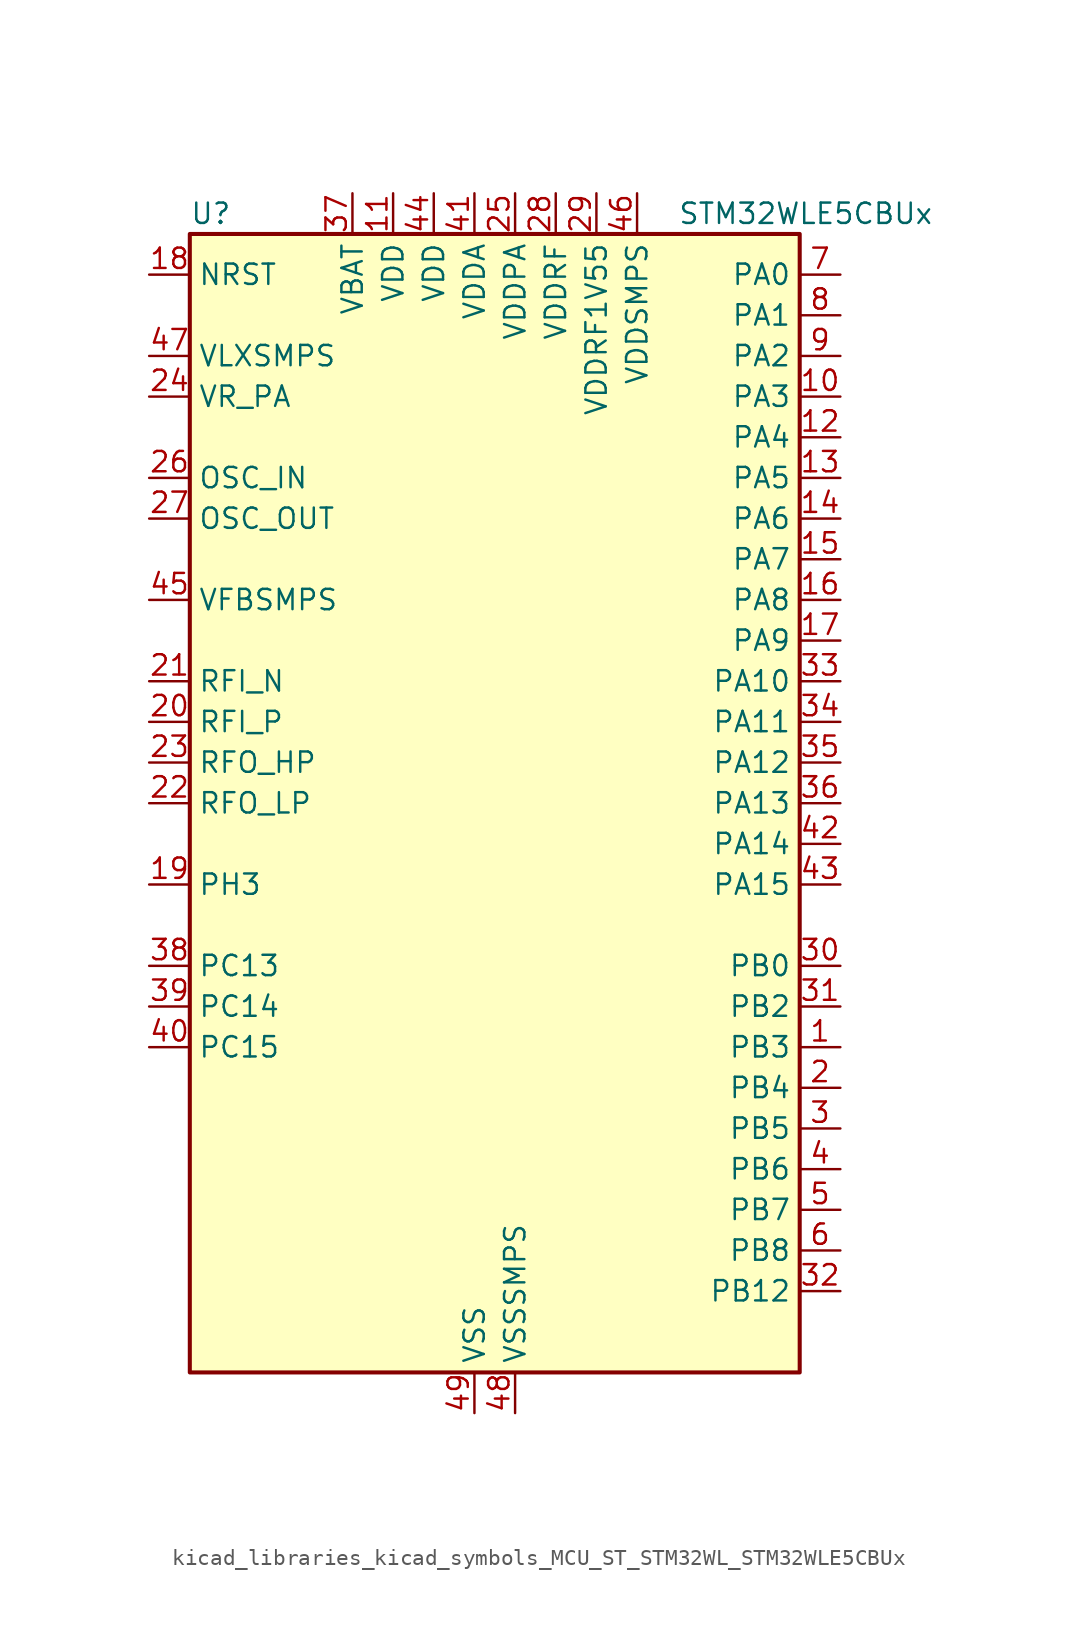
<source format=kicad_sym>
(kicad_symbol_lib
  (version 20220914)
  (generator kicad_symbol_editor)
  (symbol "kicad_libraries_kicad_symbols_MCU_ST_STM32WL_STM32WLE5CBUx"
    (property "Reference" "U"
      (at -17.78 36.83 0)
      (effects (font (size 1.27 1.27)) (justify left)))
    (property "Value" "STM32WLE5CBUx"
      (at 12.7 36.83 0)
      (effects (font (size 1.27 1.27)) (justify left)))
    (property "ki_locked" ""
      (at 0 0 0)
      (effects (font (size 1.27 1.27))))
    (symbol "kicad_libraries_kicad_symbols_MCU_ST_STM32WL_STM32WLE5CBUx_0_1"
      (rectangle (start -17.78 -35.56) (end 20.32 35.56) (stroke (width 0.254) (type default)) (fill (type background))))
    (symbol "kicad_libraries_kicad_symbols_MCU_ST_STM32WL_STM32WLE5CBUx_1_1"
      (pin bidirectional line (at 22.86 -15.24 180) (length 2.54) (name "PB3" (effects (font (size 1.27 1.27)))) (number "1" (effects (font (size 1.27 1.27)))) (alternate "ADC_IN2" bidirectional line) (alternate "COMP1_INM" bidirectional line) (alternate "COMP2_INM" bidirectional line) (alternate "DEBUG_JTDO-SWO" bidirectional line) (alternate "DEBUG_RF-DTB1" bidirectional line) (alternate "PWR_WKUP3" bidirectional line) (alternate "RTC_TAMP_IN3" bidirectional line) (alternate "SPI1_SCK" bidirectional line) (alternate "TIM2_CH2" bidirectional line) (alternate "USART1_DE" bidirectional line) (alternate "USART1_RTS" bidirectional line))
      (pin bidirectional line (at 22.86 25.4 180) (length 2.54) (name "PA3" (effects (font (size 1.27 1.27)))) (number "10" (effects (font (size 1.27 1.27)))) (alternate "I2S2_MCK" bidirectional line) (alternate "LPUART1_RX" bidirectional line) (alternate "TIM2_CH4" bidirectional line) (alternate "USART2_RX" bidirectional line))
      (pin power_in line (at -5.08 38.1 270) (length 2.54) (name "VDD" (effects (font (size 1.27 1.27)))) (number "11" (effects (font (size 1.27 1.27)))))
      (pin bidirectional line (at 22.86 22.86 180) (length 2.54) (name "PA4" (effects (font (size 1.27 1.27)))) (number "12" (effects (font (size 1.27 1.27)))) (alternate "DEBUG_SUBGHZSPI-NSSOUT" bidirectional line) (alternate "LPTIM1_OUT" bidirectional line) (alternate "LPTIM2_OUT" bidirectional line) (alternate "RTC_OUT2" bidirectional line) (alternate "SPI1_NSS" bidirectional line) (alternate "USART2_CK" bidirectional line))
      (pin bidirectional line (at 22.86 20.32 180) (length 2.54) (name "PA5" (effects (font (size 1.27 1.27)))) (number "13" (effects (font (size 1.27 1.27)))) (alternate "DEBUG_SUBGHZSPI-SCKOUT" bidirectional line) (alternate "LPTIM2_ETR" bidirectional line) (alternate "SPI1_SCK" bidirectional line) (alternate "SPI2_MISO" bidirectional line) (alternate "TIM2_CH1" bidirectional line) (alternate "TIM2_ETR" bidirectional line))
      (pin bidirectional line (at 22.86 17.78 180) (length 2.54) (name "PA6" (effects (font (size 1.27 1.27)))) (number "14" (effects (font (size 1.27 1.27)))) (alternate "DEBUG_SUBGHZSPI-MISOOUT" bidirectional line) (alternate "I2C2_SMBA" bidirectional line) (alternate "LPUART1_CTS" bidirectional line) (alternate "SPI1_MISO" bidirectional line) (alternate "TIM16_CH1" bidirectional line) (alternate "TIM1_BKIN" bidirectional line))
      (pin bidirectional line (at 22.86 15.24 180) (length 2.54) (name "PA7" (effects (font (size 1.27 1.27)))) (number "15" (effects (font (size 1.27 1.27)))) (alternate "COMP2_OUT" bidirectional line) (alternate "DEBUG_SUBGHZSPI-MOSIOUT" bidirectional line) (alternate "I2C3_SCL" bidirectional line) (alternate "SPI1_MOSI" bidirectional line) (alternate "TIM17_CH1" bidirectional line) (alternate "TIM1_CH1N" bidirectional line))
      (pin bidirectional line (at 22.86 12.7 180) (length 2.54) (name "PA8" (effects (font (size 1.27 1.27)))) (number "16" (effects (font (size 1.27 1.27)))) (alternate "I2S2_CK" bidirectional line) (alternate "LPTIM2_OUT" bidirectional line) (alternate "RCC_MCO" bidirectional line) (alternate "SPI2_SCK" bidirectional line) (alternate "TIM1_CH1" bidirectional line) (alternate "USART1_CK" bidirectional line))
      (pin bidirectional line (at 22.86 10.16 180) (length 2.54) (name "PA9" (effects (font (size 1.27 1.27)))) (number "17" (effects (font (size 1.27 1.27)))) (alternate "DAC_EXTI9" bidirectional line) (alternate "I2C1_SCL" bidirectional line) (alternate "I2S2_CK" bidirectional line) (alternate "I2S2_WS" bidirectional line) (alternate "SPI2_NSS" bidirectional line) (alternate "SPI2_SCK" bidirectional line) (alternate "TIM1_CH2" bidirectional line) (alternate "USART1_TX" bidirectional line))
      (pin input line (at -20.32 33.02 0) (length 2.54) (name "NRST" (effects (font (size 1.27 1.27)))) (number "18" (effects (font (size 1.27 1.27)))))
      (pin bidirectional line (at -20.32 -5.08 0) (length 2.54) (name "PH3" (effects (font (size 1.27 1.27)))) (number "19" (effects (font (size 1.27 1.27)))))
      (pin bidirectional line (at 22.86 -17.78 180) (length 2.54) (name "PB4" (effects (font (size 1.27 1.27)))) (number "2" (effects (font (size 1.27 1.27)))) (alternate "ADC_IN3" bidirectional line) (alternate "COMP1_INP" bidirectional line) (alternate "COMP2_INP" bidirectional line) (alternate "DEBUG_JTRST" bidirectional line) (alternate "DEBUG_RF-LDORDY" bidirectional line) (alternate "I2C3_SDA" bidirectional line) (alternate "SPI1_MISO" bidirectional line) (alternate "TIM17_BKIN" bidirectional line) (alternate "USART1_CTS" bidirectional line) (alternate "USART1_NSS" bidirectional line))
      (pin bidirectional line (at -20.32 5.08 0) (length 2.54) (name "RFI_P" (effects (font (size 1.27 1.27)))) (number "20" (effects (font (size 1.27 1.27)))))
      (pin bidirectional line (at -20.32 7.62 0) (length 2.54) (name "RFI_N" (effects (font (size 1.27 1.27)))) (number "21" (effects (font (size 1.27 1.27)))))
      (pin bidirectional line (at -20.32 0 0) (length 2.54) (name "RFO_LP" (effects (font (size 1.27 1.27)))) (number "22" (effects (font (size 1.27 1.27)))))
      (pin bidirectional line (at -20.32 2.54 0) (length 2.54) (name "RFO_HP" (effects (font (size 1.27 1.27)))) (number "23" (effects (font (size 1.27 1.27)))))
      (pin power_in line (at -20.32 25.4 0) (length 2.54) (name "VR_PA" (effects (font (size 1.27 1.27)))) (number "24" (effects (font (size 1.27 1.27)))))
      (pin power_in line (at 2.54 38.1 270) (length 2.54) (name "VDDPA" (effects (font (size 1.27 1.27)))) (number "25" (effects (font (size 1.27 1.27)))))
      (pin input line (at -20.32 20.32 0) (length 2.54) (name "OSC_IN" (effects (font (size 1.27 1.27)))) (number "26" (effects (font (size 1.27 1.27)))) (alternate "RCC_OSC_IN" bidirectional line))
      (pin input line (at -20.32 17.78 0) (length 2.54) (name "OSC_OUT" (effects (font (size 1.27 1.27)))) (number "27" (effects (font (size 1.27 1.27)))) (alternate "RCC_OSC_OUT" bidirectional line))
      (pin power_in line (at 5.08 38.1 270) (length 2.54) (name "VDDRF" (effects (font (size 1.27 1.27)))) (number "28" (effects (font (size 1.27 1.27)))))
      (pin power_in line (at 7.62 38.1 270) (length 2.54) (name "VDDRF1V55" (effects (font (size 1.27 1.27)))) (number "29" (effects (font (size 1.27 1.27)))))
      (pin bidirectional line (at 22.86 -20.32 180) (length 2.54) (name "PB5" (effects (font (size 1.27 1.27)))) (number "3" (effects (font (size 1.27 1.27)))) (alternate "COMP2_OUT" bidirectional line) (alternate "I2C1_SMBA" bidirectional line) (alternate "LPTIM1_IN1" bidirectional line) (alternate "SPI1_MOSI" bidirectional line) (alternate "TIM16_BKIN" bidirectional line) (alternate "USART1_CK" bidirectional line))
      (pin bidirectional line (at 22.86 -10.16 180) (length 2.54) (name "PB0" (effects (font (size 1.27 1.27)))) (number "30" (effects (font (size 1.27 1.27)))) (alternate "COMP1_OUT" bidirectional line) (alternate "VDDTCXO" bidirectional line))
      (pin bidirectional line (at 22.86 -12.7 180) (length 2.54) (name "PB2" (effects (font (size 1.27 1.27)))) (number "31" (effects (font (size 1.27 1.27)))) (alternate "ADC_IN4" bidirectional line) (alternate "COMP1_INP" bidirectional line) (alternate "COMP2_INM" bidirectional line) (alternate "DEBUG_RF-SMPSRDY" bidirectional line) (alternate "I2C3_SMBA" bidirectional line) (alternate "LPTIM1_OUT" bidirectional line) (alternate "SPI1_NSS" bidirectional line))
      (pin bidirectional line (at 22.86 -30.48 180) (length 2.54) (name "PB12" (effects (font (size 1.27 1.27)))) (number "32" (effects (font (size 1.27 1.27)))) (alternate "I2C3_SMBA" bidirectional line) (alternate "I2S2_WS" bidirectional line) (alternate "LPUART1_RTS" bidirectional line) (alternate "SPI2_NSS" bidirectional line) (alternate "TIM1_BKIN" bidirectional line))
      (pin bidirectional line (at 22.86 7.62 180) (length 2.54) (name "PA10" (effects (font (size 1.27 1.27)))) (number "33" (effects (font (size 1.27 1.27)))) (alternate "ADC_IN6" bidirectional line) (alternate "COMP1_INM" bidirectional line) (alternate "COMP2_INM" bidirectional line) (alternate "DAC_OUT1" bidirectional line) (alternate "DEBUG_RF-HSE32RDY" bidirectional line) (alternate "I2C1_SDA" bidirectional line) (alternate "I2S2_SD" bidirectional line) (alternate "RTC_REFIN" bidirectional line) (alternate "SPI2_MOSI" bidirectional line) (alternate "TIM17_BKIN" bidirectional line) (alternate "TIM1_CH3" bidirectional line) (alternate "USART1_RX" bidirectional line))
      (pin bidirectional line (at 22.86 5.08 180) (length 2.54) (name "PA11" (effects (font (size 1.27 1.27)))) (number "34" (effects (font (size 1.27 1.27)))) (alternate "ADC_EXTI11" bidirectional line) (alternate "ADC_IN7" bidirectional line) (alternate "COMP1_INM" bidirectional line) (alternate "COMP2_INM" bidirectional line) (alternate "DEBUG_RF-NRESET" bidirectional line) (alternate "I2C2_SDA" bidirectional line) (alternate "LPTIM3_ETR" bidirectional line) (alternate "SPI1_MISO" bidirectional line) (alternate "TIM1_BKIN2" bidirectional line) (alternate "TIM1_CH4" bidirectional line) (alternate "USART1_CTS" bidirectional line) (alternate "USART1_NSS" bidirectional line))
      (pin bidirectional line (at 22.86 2.54 180) (length 2.54) (name "PA12" (effects (font (size 1.27 1.27)))) (number "35" (effects (font (size 1.27 1.27)))) (alternate "ADC_IN8" bidirectional line) (alternate "DEBUG_RF-BUSY" bidirectional line) (alternate "I2C2_SCL" bidirectional line) (alternate "LPTIM3_IN1" bidirectional line) (alternate "SPI1_MOSI" bidirectional line) (alternate "TIM1_ETR" bidirectional line) (alternate "USART1_DE" bidirectional line) (alternate "USART1_RTS" bidirectional line))
      (pin bidirectional line (at 22.86 0 180) (length 2.54) (name "PA13" (effects (font (size 1.27 1.27)))) (number "36" (effects (font (size 1.27 1.27)))) (alternate "ADC_IN9" bidirectional line) (alternate "DEBUG_JTMS-SWDIO" bidirectional line) (alternate "I2C2_SMBA" bidirectional line) (alternate "IR_OUT" bidirectional line))
      (pin power_in line (at -7.62 38.1 270) (length 2.54) (name "VBAT" (effects (font (size 1.27 1.27)))) (number "37" (effects (font (size 1.27 1.27)))))
      (pin bidirectional line (at -20.32 -10.16 0) (length 2.54) (name "PC13" (effects (font (size 1.27 1.27)))) (number "38" (effects (font (size 1.27 1.27)))) (alternate "PWR_WKUP2" bidirectional line) (alternate "RTC_OUT1" bidirectional line) (alternate "RTC_TAMP_IN1" bidirectional line) (alternate "RTC_TS" bidirectional line))
      (pin bidirectional line (at -20.32 -12.7 0) (length 2.54) (name "PC14" (effects (font (size 1.27 1.27)))) (number "39" (effects (font (size 1.27 1.27)))) (alternate "RCC_OSC32_IN" bidirectional line))
      (pin bidirectional line (at 22.86 -22.86 180) (length 2.54) (name "PB6" (effects (font (size 1.27 1.27)))) (number "4" (effects (font (size 1.27 1.27)))) (alternate "I2C1_SCL" bidirectional line) (alternate "LPTIM1_ETR" bidirectional line) (alternate "TIM16_CH1N" bidirectional line) (alternate "USART1_TX" bidirectional line))
      (pin bidirectional line (at -20.32 -15.24 0) (length 2.54) (name "PC15" (effects (font (size 1.27 1.27)))) (number "40" (effects (font (size 1.27 1.27)))) (alternate "RCC_OSC32_OUT" bidirectional line))
      (pin power_in line (at 0 38.1 270) (length 2.54) (name "VDDA" (effects (font (size 1.27 1.27)))) (number "41" (effects (font (size 1.27 1.27)))))
      (pin bidirectional line (at 22.86 -2.54 180) (length 2.54) (name "PA14" (effects (font (size 1.27 1.27)))) (number "42" (effects (font (size 1.27 1.27)))) (alternate "ADC_IN10" bidirectional line) (alternate "DEBUG_JTCK-SWCLK" bidirectional line) (alternate "I2C1_SMBA" bidirectional line) (alternate "LPTIM1_OUT" bidirectional line))
      (pin bidirectional line (at 22.86 -5.08 180) (length 2.54) (name "PA15" (effects (font (size 1.27 1.27)))) (number "43" (effects (font (size 1.27 1.27)))) (alternate "ADC_IN11" bidirectional line) (alternate "COMP1_INM" bidirectional line) (alternate "COMP2_INP" bidirectional line) (alternate "DEBUG_JTDI" bidirectional line) (alternate "I2C2_SDA" bidirectional line) (alternate "SPI1_NSS" bidirectional line) (alternate "TIM2_CH1" bidirectional line) (alternate "TIM2_ETR" bidirectional line))
      (pin power_in line (at -2.54 38.1 270) (length 2.54) (name "VDD" (effects (font (size 1.27 1.27)))) (number "44" (effects (font (size 1.27 1.27)))))
      (pin input line (at -20.32 12.7 0) (length 2.54) (name "VFBSMPS" (effects (font (size 1.27 1.27)))) (number "45" (effects (font (size 1.27 1.27)))))
      (pin power_in line (at 10.16 38.1 270) (length 2.54) (name "VDDSMPS" (effects (font (size 1.27 1.27)))) (number "46" (effects (font (size 1.27 1.27)))))
      (pin power_in line (at -20.32 27.94 0) (length 2.54) (name "VLXSMPS" (effects (font (size 1.27 1.27)))) (number "47" (effects (font (size 1.27 1.27)))))
      (pin power_in line (at 2.54 -38.1 90) (length 2.54) (name "VSSSMPS" (effects (font (size 1.27 1.27)))) (number "48" (effects (font (size 1.27 1.27)))))
      (pin power_in line (at 0 -38.1 90) (length 2.54) (name "VSS" (effects (font (size 1.27 1.27)))) (number "49" (effects (font (size 1.27 1.27)))))
      (pin bidirectional line (at 22.86 -25.4 180) (length 2.54) (name "PB7" (effects (font (size 1.27 1.27)))) (number "5" (effects (font (size 1.27 1.27)))) (alternate "I2C1_SDA" bidirectional line) (alternate "LPTIM1_IN2" bidirectional line) (alternate "PWR_PVD_IN" bidirectional line) (alternate "TIM17_CH1N" bidirectional line) (alternate "TIM1_BKIN" bidirectional line) (alternate "USART1_RX" bidirectional line))
      (pin bidirectional line (at 22.86 -27.94 180) (length 2.54) (name "PB8" (effects (font (size 1.27 1.27)))) (number "6" (effects (font (size 1.27 1.27)))) (alternate "I2C1_SCL" bidirectional line) (alternate "TIM16_CH1" bidirectional line) (alternate "TIM1_CH2N" bidirectional line))
      (pin bidirectional line (at 22.86 33.02 180) (length 2.54) (name "PA0" (effects (font (size 1.27 1.27)))) (number "7" (effects (font (size 1.27 1.27)))) (alternate "COMP1_OUT" bidirectional line) (alternate "DEBUG_PWR-REGLP1S" bidirectional line) (alternate "I2C3_SMBA" bidirectional line) (alternate "I2S_CKIN" bidirectional line) (alternate "PWR_WKUP1" bidirectional line) (alternate "RTC_TAMP_IN2" bidirectional line) (alternate "TIM2_CH1" bidirectional line) (alternate "TIM2_ETR" bidirectional line) (alternate "USART2_CTS" bidirectional line) (alternate "USART2_NSS" bidirectional line))
      (pin bidirectional line (at 22.86 30.48 180) (length 2.54) (name "PA1" (effects (font (size 1.27 1.27)))) (number "8" (effects (font (size 1.27 1.27)))) (alternate "DEBUG_PWR-REGLP2S" bidirectional line) (alternate "I2C1_SMBA" bidirectional line) (alternate "LPTIM3_OUT" bidirectional line) (alternate "LPUART1_RTS" bidirectional line) (alternate "SPI1_SCK" bidirectional line) (alternate "TIM2_CH2" bidirectional line) (alternate "USART2_DE" bidirectional line) (alternate "USART2_RTS" bidirectional line))
      (pin bidirectional line (at 22.86 27.94 180) (length 2.54) (name "PA2" (effects (font (size 1.27 1.27)))) (number "9" (effects (font (size 1.27 1.27)))) (alternate "COMP2_OUT" bidirectional line) (alternate "DEBUG_PWR-LDORDY" bidirectional line) (alternate "LPUART1_TX" bidirectional line) (alternate "RCC_LSCO" bidirectional line) (alternate "TIM2_CH3" bidirectional line) (alternate "USART2_TX" bidirectional line)))))
</source>
